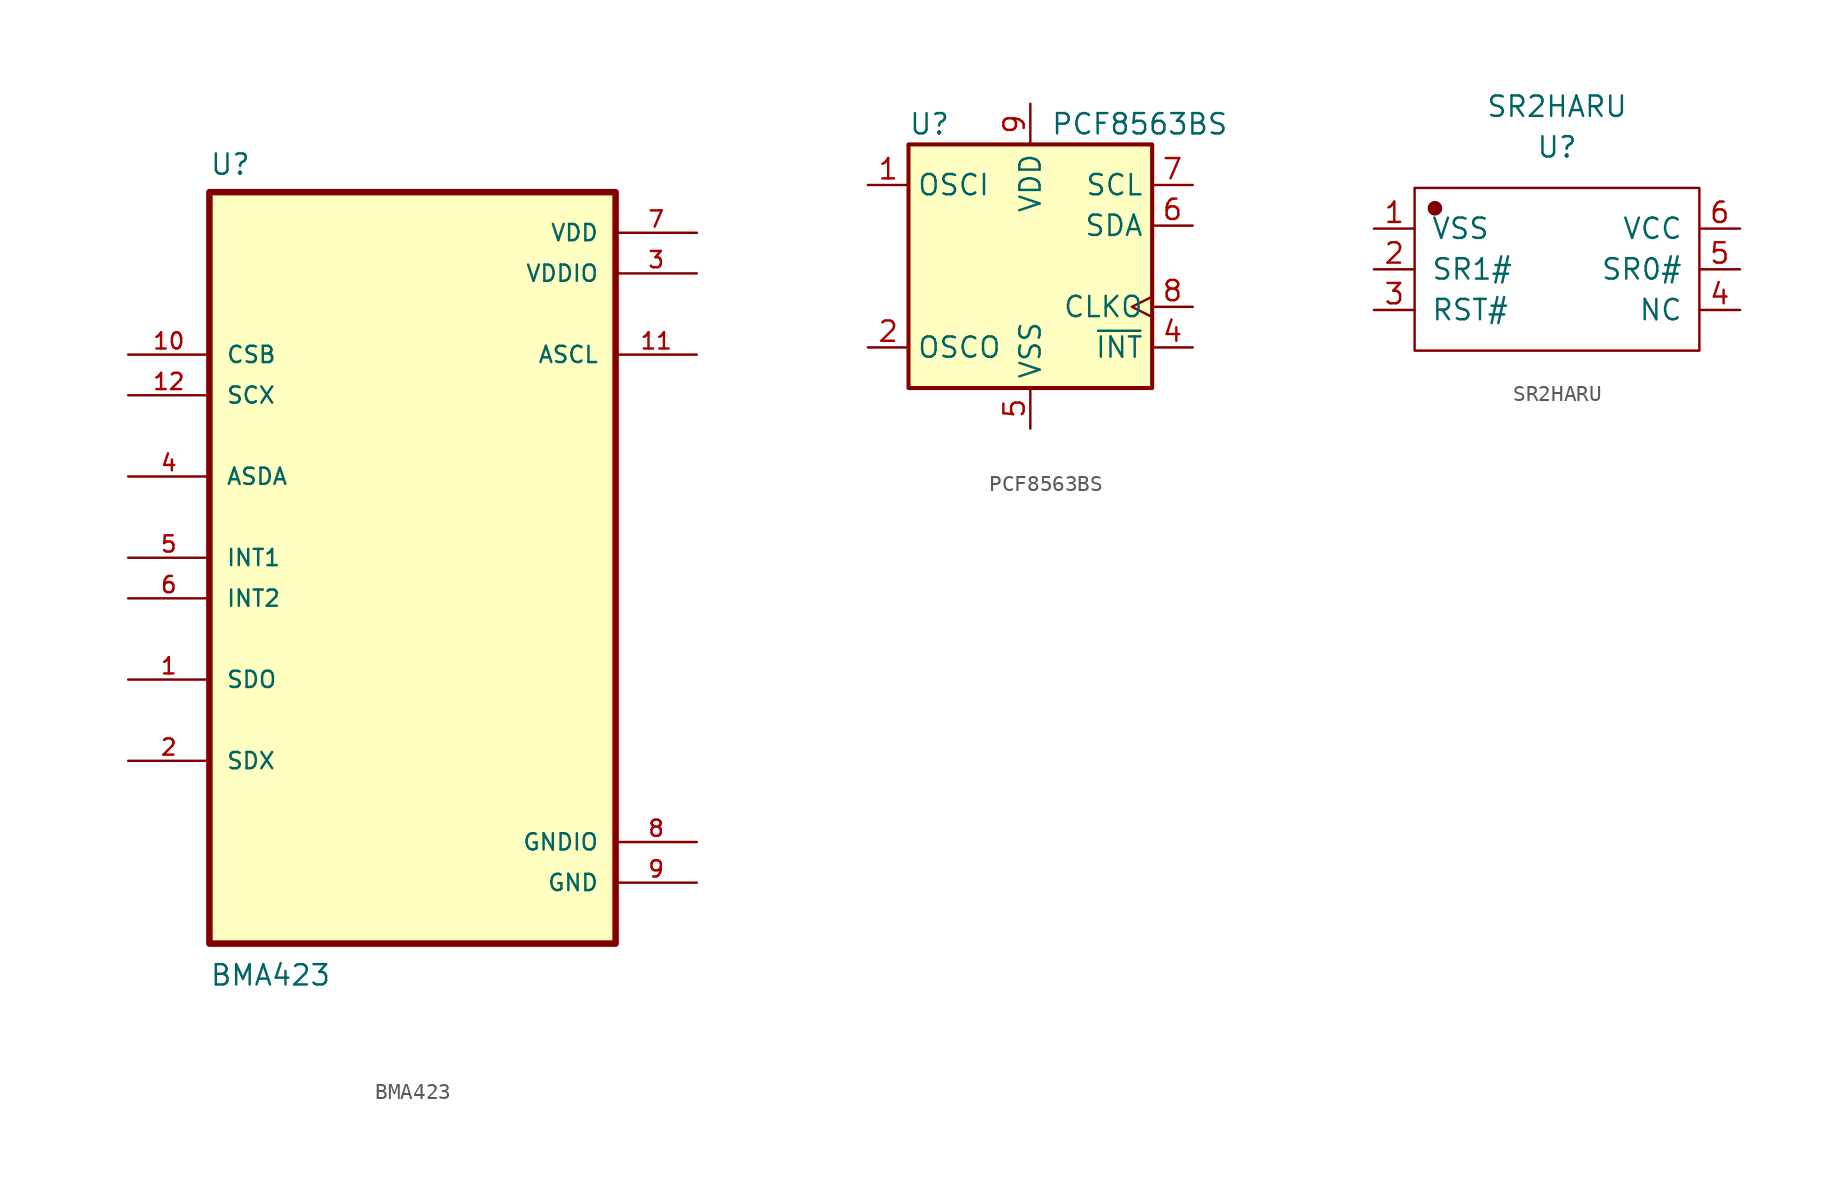
<source format=kicad_sym>
(kicad_symbol_lib
  (version 20231120)
  (generator "kicad_symbol_editor")
  (generator_version "8.0")
  (symbol "BMA423"
    (pin_names
      (offset 1.016))
    (property "Reference" "U"
      (at -12.7 23.851 0)
      (effects (font (size 1.27 1.27)) (justify left bottom)))
    (property "Value" "BMA423"
      (at -12.7 -26.848 0)
      (effects (font (size 1.27 1.27)) (justify left bottom)))
    (property "ki_locked" ""
      (at 0 0 0)
      (effects (font (size 1.27 1.27))))
    (symbol "BMA423_0_0"
      (rectangle (start -12.7 22.86) (end 12.7 -24.13) (stroke (width 0.406) (type solid)) (fill (type background)))
      (pin bidirectional line (at -17.78 -7.62 0) (length 5.08) (name "SDO" (effects (font (size 1.016 1.016)))) (number "1" (effects (font (size 1.016 1.016)))))
      (pin input line (at -17.78 12.7 0) (length 5.08) (name "CSB" (effects (font (size 1.016 1.016)))) (number "10" (effects (font (size 1.016 1.016)))))
      (pin output line (at 17.78 12.7 180) (length 5.08) (name "ASCL" (effects (font (size 1.016 1.016)))) (number "11" (effects (font (size 1.016 1.016)))))
      (pin input line (at -17.78 10.16 0) (length 5.08) (name "SCX" (effects (font (size 1.016 1.016)))) (number "12" (effects (font (size 1.016 1.016)))))
      (pin bidirectional line (at -17.78 -12.7 0) (length 5.08) (name "SDX" (effects (font (size 1.016 1.016)))) (number "2" (effects (font (size 1.016 1.016)))))
      (pin power_in line (at 17.78 17.78 180) (length 5.08) (name "VDDIO" (effects (font (size 1.016 1.016)))) (number "3" (effects (font (size 1.016 1.016)))))
      (pin bidirectional line (at -17.78 5.08 0) (length 5.08) (name "ASDA" (effects (font (size 1.016 1.016)))) (number "4" (effects (font (size 1.016 1.016)))))
      (pin bidirectional line (at -17.78 0 0) (length 5.08) (name "INT1" (effects (font (size 1.016 1.016)))) (number "5" (effects (font (size 1.016 1.016)))))
      (pin bidirectional line (at -17.78 -2.54 0) (length 5.08) (name "INT2" (effects (font (size 1.016 1.016)))) (number "6" (effects (font (size 1.016 1.016)))))
      (pin power_in line (at 17.78 20.32 180) (length 5.08) (name "VDD" (effects (font (size 1.016 1.016)))) (number "7" (effects (font (size 1.016 1.016)))))
      (pin power_in line (at 17.78 -17.78 180) (length 5.08) (name "GNDIO" (effects (font (size 1.016 1.016)))) (number "8" (effects (font (size 1.016 1.016)))))
      (pin power_in line (at 17.78 -20.32 180) (length 5.08) (name "GND" (effects (font (size 1.016 1.016)))) (number "9" (effects (font (size 1.016 1.016)))))))
  (symbol "PCF8563BS"
    (property "Reference" "U"
      (at -7.62 8.89 0)
      (effects (font (size 1.27 1.27)) (justify left)))
    (property "Value" "PCF8563BS"
      (at 1.27 8.89 0)
      (effects (font (size 1.27 1.27)) (justify left)))
    (symbol "PCF8563BS_0_1"
      (rectangle (start -7.62 7.62) (end 7.62 -7.62) (stroke (width 0.254) (type solid)) (fill (type background))))
    (symbol "PCF8563BS_1_1"
      (pin input line (at -10.16 5.08 0) (length 2.54) (name "OSCI" (effects (font (size 1.27 1.27)))) (number "1" (effects (font (size 1.27 1.27)))))
      (pin no_connect line (at -10.16 0 0) (length 2.54) hide (name "NC" (effects (font (size 1.27 1.27)))) (number "10" (effects (font (size 1.27 1.27)))))
      (pin output line (at -10.16 -5.08 0) (length 2.54) (name "OSCO" (effects (font (size 1.27 1.27)))) (number "2" (effects (font (size 1.27 1.27)))))
      (pin no_connect line (at 10.16 0 180) (length 2.54) hide (name "NC" (effects (font (size 1.27 1.27)))) (number "3" (effects (font (size 1.27 1.27)))))
      (pin output line (at 10.16 -5.08 180) (length 2.54) (name "~{INT}" (effects (font (size 1.27 1.27)))) (number "4" (effects (font (size 1.27 1.27)))))
      (pin power_in line (at 0 -10.16 90) (length 2.54) (name "VSS" (effects (font (size 1.27 1.27)))) (number "5" (effects (font (size 1.27 1.27)))))
      (pin bidirectional line (at 10.16 2.54 180) (length 2.54) (name "SDA" (effects (font (size 1.27 1.27)))) (number "6" (effects (font (size 1.27 1.27)))))
      (pin input line (at 10.16 5.08 180) (length 2.54) (name "SCL" (effects (font (size 1.27 1.27)))) (number "7" (effects (font (size 1.27 1.27)))))
      (pin output clock (at 10.16 -2.54 180) (length 2.54) (name "CLKO" (effects (font (size 1.27 1.27)))) (number "8" (effects (font (size 1.27 1.27)))))
      (pin power_in line (at 0 10.16 270) (length 2.54) (name "VDD" (effects (font (size 1.27 1.27)))) (number "9" (effects (font (size 1.27 1.27)))))))
  (symbol "SR2HARU"
    (pin_names
      (offset 1.016))
    (property "Reference" "U"
      (at 0 7.62 0)
      (effects (font (size 1.27 1.27))))
    (property "Value" "SR2HARU"
      (at 0 10.16 0)
      (effects (font (size 1.27 1.27))))
    (symbol "SR2HARU_1_1"
      (rectangle (start -8.89 5.08) (end 8.89 -5.08) (stroke (width 0.152) (type solid)) (fill (type none)))
      (circle (center -7.62 3.81) (radius 0.381) (stroke (width 0.152) (type solid)) (fill (type outline)))
      (pin input line (at -11.43 2.54 0) (length 2.54) (name "VSS" (effects (font (size 1.27 1.27)))) (number "1" (effects (font (size 1.27 1.27)))))
      (pin input line (at -11.43 0 0) (length 2.54) (name "SR1#" (effects (font (size 1.27 1.27)))) (number "2" (effects (font (size 1.27 1.27)))))
      (pin input line (at -11.43 -2.54 0) (length 2.54) (name "RST#" (effects (font (size 1.27 1.27)))) (number "3" (effects (font (size 1.27 1.27)))))
      (pin input line (at 11.43 -2.54 180) (length 2.54) (name "NC" (effects (font (size 1.27 1.27)))) (number "4" (effects (font (size 1.27 1.27)))))
      (pin input line (at 11.43 0 180) (length 2.54) (name "SR0#" (effects (font (size 1.27 1.27)))) (number "5" (effects (font (size 1.27 1.27)))))
      (pin input line (at 11.43 2.54 180) (length 2.54) (name "VCC" (effects (font (size 1.27 1.27)))) (number "6" (effects (font (size 1.27 1.27))))))))
</source>
